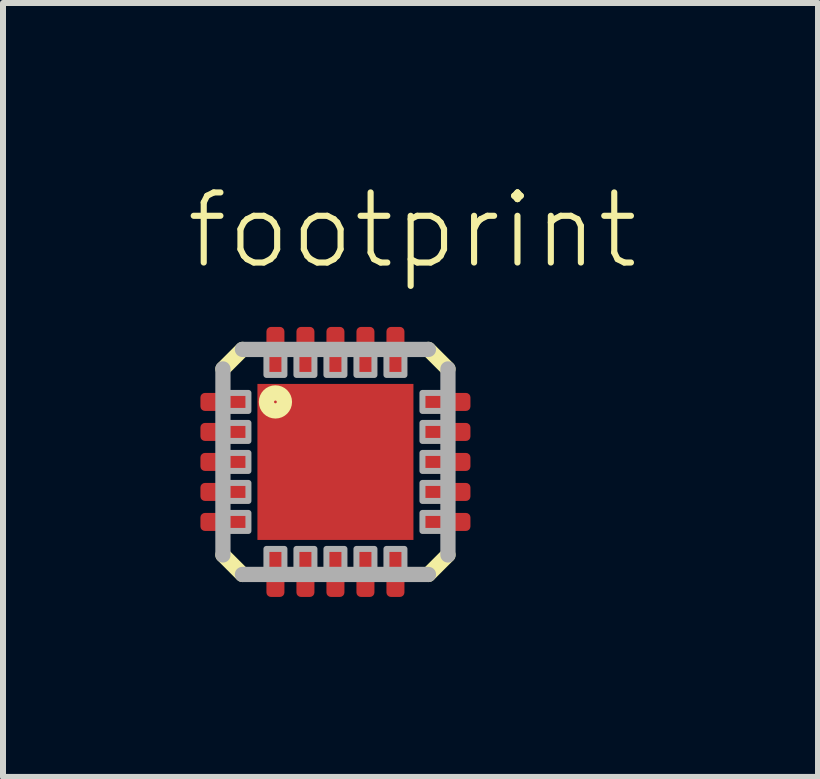
<source format=kicad_pcb>
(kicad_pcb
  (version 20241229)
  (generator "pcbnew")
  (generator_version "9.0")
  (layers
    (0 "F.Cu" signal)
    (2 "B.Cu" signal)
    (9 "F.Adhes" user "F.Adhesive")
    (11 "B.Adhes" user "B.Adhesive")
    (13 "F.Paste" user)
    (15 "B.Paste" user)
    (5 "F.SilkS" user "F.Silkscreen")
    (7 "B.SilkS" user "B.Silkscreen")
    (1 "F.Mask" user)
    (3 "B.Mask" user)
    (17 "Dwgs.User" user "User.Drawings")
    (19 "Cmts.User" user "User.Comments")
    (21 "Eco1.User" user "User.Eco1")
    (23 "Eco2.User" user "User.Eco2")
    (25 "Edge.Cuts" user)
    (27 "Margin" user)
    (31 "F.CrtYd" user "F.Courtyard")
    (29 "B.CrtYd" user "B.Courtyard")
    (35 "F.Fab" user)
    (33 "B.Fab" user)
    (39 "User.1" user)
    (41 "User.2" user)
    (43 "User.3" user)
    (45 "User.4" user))
  (footprint "footprint"
    (layer "F.Cu")
    (at 2.54 4.648)
    (property "Reference" "footprint" (at -2.54 -3.175 0) (layer "F.SilkS") (effects (font (size 1.168 1.168) (thickness 0.102)) (justify left bottom)))
    (fp_line (start -1.875 -1.55) (end -1.55 -1.875) (stroke (width 0.254) (type solid)) (layer "F.SilkS"))
    (fp_line (start -1.55 1.875) (end -1.875 1.55) (stroke (width 0.254) (type solid)) (layer "F.SilkS"))
    (fp_line (start 1.55 -1.875) (end 1.875 -1.55) (stroke (width 0.254) (type solid)) (layer "F.SilkS"))
    (fp_line (start 1.875 1.55) (end 1.55 1.875) (stroke (width 0.254) (type solid)) (layer "F.SilkS"))
    (fp_circle (center -1 -1) (end -0.85 -1) (stroke (width 0.254) (type solid)) (fill no) (layer "F.SilkS"))
    (fp_line (start -1.875 1.55) (end -1.875 -1.55) (stroke (width 0.254) (type solid)) (layer "F.Fab"))
    (fp_line (start -1.55 -1.875) (end 1.55 -1.875) (stroke (width 0.254) (type solid)) (layer "F.Fab"))
    (fp_line (start 1.55 1.875) (end -1.55 1.875) (stroke (width 0.254) (type solid)) (layer "F.Fab"))
    (fp_line (start 1.875 -1.55) (end 1.875 1.55) (stroke (width 0.254) (type solid)) (layer "F.Fab"))
    (fp_poly (pts (xy -1.85 -0.85) (xy -1.45 -0.85) (xy -1.45 -1.15) (xy -1.85 -1.15)) (stroke (width 0.1) (type solid)) (fill no) (layer "F.Fab"))
    (fp_poly (pts (xy -1.85 -0.35) (xy -1.45 -0.35) (xy -1.45 -0.65) (xy -1.85 -0.65)) (stroke (width 0.1) (type solid)) (fill no) (layer "F.Fab"))
    (fp_poly (pts (xy -1.85 0.15) (xy -1.45 0.15) (xy -1.45 -0.15) (xy -1.85 -0.15)) (stroke (width 0.1) (type solid)) (fill no) (layer "F.Fab"))
    (fp_poly (pts (xy -1.85 0.65) (xy -1.45 0.65) (xy -1.45 0.35) (xy -1.85 0.35)) (stroke (width 0.1) (type solid)) (fill no) (layer "F.Fab"))
    (fp_poly (pts (xy -1.85 1.15) (xy -1.45 1.15) (xy -1.45 0.85) (xy -1.85 0.85)) (stroke (width 0.1) (type solid)) (fill no) (layer "F.Fab"))
    (fp_poly (pts (xy -1.15 -1.85) (xy -1.15 -1.45) (xy -0.85 -1.45) (xy -0.85 -1.85)) (stroke (width 0.1) (type solid)) (fill no) (layer "F.Fab"))
    (fp_poly (pts (xy -0.85 1.85) (xy -0.85 1.45) (xy -1.15 1.45) (xy -1.15 1.85)) (stroke (width 0.1) (type solid)) (fill no) (layer "F.Fab"))
    (fp_poly (pts (xy -0.65 -1.85) (xy -0.65 -1.45) (xy -0.35 -1.45) (xy -0.35 -1.85)) (stroke (width 0.1) (type solid)) (fill no) (layer "F.Fab"))
    (fp_poly (pts (xy -0.35 1.85) (xy -0.35 1.45) (xy -0.65 1.45) (xy -0.65 1.85)) (stroke (width 0.1) (type solid)) (fill no) (layer "F.Fab"))
    (fp_poly (pts (xy -0.15 -1.85) (xy -0.15 -1.45) (xy 0.15 -1.45) (xy 0.15 -1.85)) (stroke (width 0.1) (type solid)) (fill no) (layer "F.Fab"))
    (fp_poly (pts (xy 0.15 1.85) (xy 0.15 1.45) (xy -0.15 1.45) (xy -0.15 1.85)) (stroke (width 0.1) (type solid)) (fill no) (layer "F.Fab"))
    (fp_poly (pts (xy 0.35 -1.85) (xy 0.35 -1.45) (xy 0.65 -1.45) (xy 0.65 -1.85)) (stroke (width 0.1) (type solid)) (fill no) (layer "F.Fab"))
    (fp_poly (pts (xy 0.65 1.85) (xy 0.65 1.45) (xy 0.35 1.45) (xy 0.35 1.85)) (stroke (width 0.1) (type solid)) (fill no) (layer "F.Fab"))
    (fp_poly (pts (xy 0.85 -1.85) (xy 0.85 -1.45) (xy 1.15 -1.45) (xy 1.15 -1.85)) (stroke (width 0.1) (type solid)) (fill no) (layer "F.Fab"))
    (fp_poly (pts (xy 1.15 1.85) (xy 1.15 1.45) (xy 0.85 1.45) (xy 0.85 1.85)) (stroke (width 0.1) (type solid)) (fill no) (layer "F.Fab"))
    (fp_poly (pts (xy 1.85 -1.15) (xy 1.45 -1.15) (xy 1.45 -0.85) (xy 1.85 -0.85)) (stroke (width 0.1) (type solid)) (fill no) (layer "F.Fab"))
    (fp_poly (pts (xy 1.85 -0.65) (xy 1.45 -0.65) (xy 1.45 -0.35) (xy 1.85 -0.35)) (stroke (width 0.1) (type solid)) (fill no) (layer "F.Fab"))
    (fp_poly (pts (xy 1.85 -0.15) (xy 1.45 -0.15) (xy 1.45 0.15) (xy 1.85 0.15)) (stroke (width 0.1) (type solid)) (fill no) (layer "F.Fab"))
    (fp_poly (pts (xy 1.85 0.35) (xy 1.45 0.35) (xy 1.45 0.65) (xy 1.85 0.65)) (stroke (width 0.1) (type solid)) (fill no) (layer "F.Fab"))
    (fp_poly (pts (xy 1.85 0.85) (xy 1.45 0.85) (xy 1.45 1.15) (xy 1.85 1.15)) (stroke (width 0.1) (type solid)) (fill no) (layer "F.Fab"))
    (pad "1" smd roundrect (at -1.85 -1) (size 0.8 0.3) (layers "F.Cu" "F.Mask" "F.Paste") (roundrect_rratio 0.25))
    (pad "2" smd roundrect (at -1.85 -0.5) (size 0.8 0.3) (layers "F.Cu" "F.Mask" "F.Paste") (roundrect_rratio 0.25))
    (pad "3" smd roundrect (at -1.85 0) (size 0.8 0.3) (layers "F.Cu" "F.Mask" "F.Paste") (roundrect_rratio 0.25))
    (pad "4" smd roundrect (at -1.85 0.5) (size 0.8 0.3) (layers "F.Cu" "F.Mask" "F.Paste") (roundrect_rratio 0.25))
    (pad "5" smd roundrect (at -1.85 1) (size 0.8 0.3) (layers "F.Cu" "F.Mask" "F.Paste") (roundrect_rratio 0.25))
    (pad "6" smd roundrect (at -1 1.85 90) (size 0.8 0.3) (layers "F.Cu" "F.Mask" "F.Paste") (roundrect_rratio 0.25))
    (pad "7" smd roundrect (at -0.5 1.85 90) (size 0.8 0.3) (layers "F.Cu" "F.Mask" "F.Paste") (roundrect_rratio 0.25))
    (pad "8" smd roundrect (at 0 1.85 90) (size 0.8 0.3) (layers "F.Cu" "F.Mask" "F.Paste") (roundrect_rratio 0.25))
    (pad "9" smd roundrect (at 0.5 1.85 90) (size 0.8 0.3) (layers "F.Cu" "F.Mask" "F.Paste") (roundrect_rratio 0.25))
    (pad "10" smd roundrect (at 1 1.85 90) (size 0.8 0.3) (layers "F.Cu" "F.Mask" "F.Paste") (roundrect_rratio 0.25))
    (pad "11" smd roundrect (at 1.85 1 180) (size 0.8 0.3) (layers "F.Cu" "F.Mask" "F.Paste") (roundrect_rratio 0.25))
    (pad "12" smd roundrect (at 1.85 0.5 180) (size 0.8 0.3) (layers "F.Cu" "F.Mask" "F.Paste") (roundrect_rratio 0.25))
    (pad "13" smd roundrect (at 1.85 0 180) (size 0.8 0.3) (layers "F.Cu" "F.Mask" "F.Paste") (roundrect_rratio 0.25))
    (pad "14" smd roundrect (at 1.85 -0.5 180) (size 0.8 0.3) (layers "F.Cu" "F.Mask" "F.Paste") (roundrect_rratio 0.25))
    (pad "15" smd roundrect (at 1.85 -1 180) (size 0.8 0.3) (layers "F.Cu" "F.Mask" "F.Paste") (roundrect_rratio 0.25))
    (pad "16" smd roundrect (at 1 -1.85 270) (size 0.8 0.3) (layers "F.Cu" "F.Mask" "F.Paste") (roundrect_rratio 0.25))
    (pad "17" smd roundrect (at 0.5 -1.85 270) (size 0.8 0.3) (layers "F.Cu" "F.Mask" "F.Paste") (roundrect_rratio 0.25))
    (pad "18" smd roundrect (at 0 -1.85 270) (size 0.8 0.3) (layers "F.Cu" "F.Mask" "F.Paste") (roundrect_rratio 0.25))
    (pad "19" smd roundrect (at -0.5 -1.85 270) (size 0.8 0.3) (layers "F.Cu" "F.Mask" "F.Paste") (roundrect_rratio 0.25))
    (pad "20" smd roundrect (at -1 -1.85 270) (size 0.8 0.3) (layers "F.Cu" "F.Mask" "F.Paste") (roundrect_rratio 0.25))
    (pad "TH" smd rect (at 0 0) (size 2.6 2.6) (layers "F.Cu" "F.Mask" "F.Paste")))
  (gr_rect
    (start -3 -3)
    (end 10.582 9.898)
    (stroke (width 0.1) (type default))
    (fill no)
    (layer "Edge.Cuts")))
</source>
